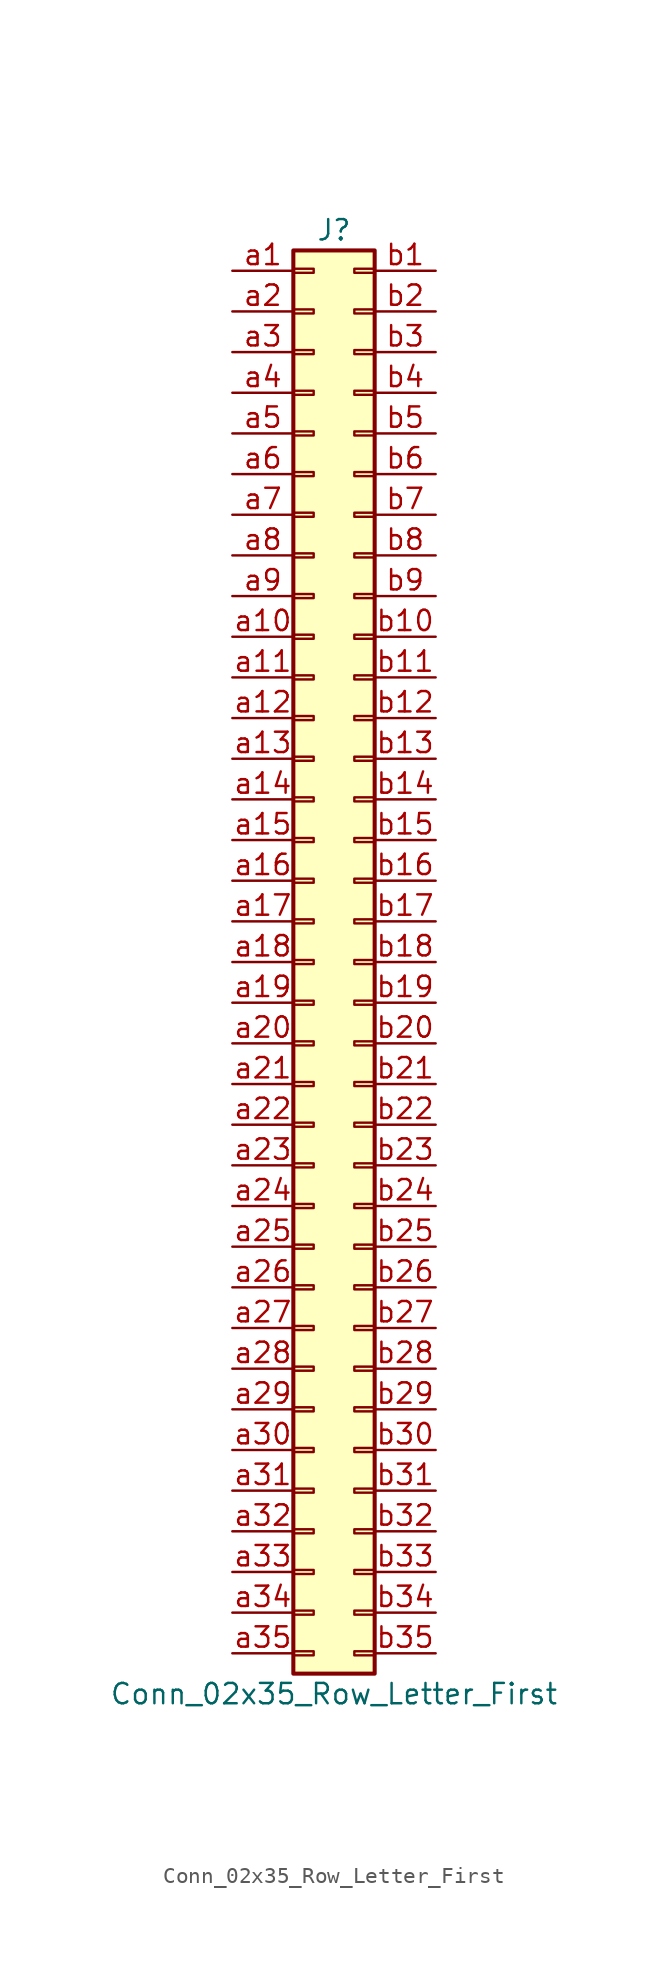
<source format=kicad_sym>
(kicad_symbol_lib
  (version 20201005)
  (generator kicad_symbol_editor)
  (symbol "Conn_02x35_Row_Letter_First"
    (pin_names
      (offset 1.016) hide)
    (property "Reference" "J"
      (at 1.27 45.72 0)
      (effects (font (size 1.27 1.27))))
    (property "Value" "Conn_02x35_Row_Letter_First"
      (at 1.27 -45.72 0)
      (effects (font (size 1.27 1.27))))
    (symbol "Conn_02x35_Row_Letter_First_1_1"
      (rectangle (start -1.27 -43.053) (end 0 -43.307) (stroke (width 0.152)) (fill (type none)))
      (rectangle (start -1.27 -40.513) (end 0 -40.767) (stroke (width 0.152)) (fill (type none)))
      (rectangle (start -1.27 -37.973) (end 0 -38.227) (stroke (width 0.152)) (fill (type none)))
      (rectangle (start -1.27 -35.433) (end 0 -35.687) (stroke (width 0.152)) (fill (type none)))
      (rectangle (start -1.27 -32.893) (end 0 -33.147) (stroke (width 0.152)) (fill (type none)))
      (rectangle (start -1.27 -30.353) (end 0 -30.607) (stroke (width 0.152)) (fill (type none)))
      (rectangle (start -1.27 -27.813) (end 0 -28.067) (stroke (width 0.152)) (fill (type none)))
      (rectangle (start -1.27 -25.273) (end 0 -25.527) (stroke (width 0.152)) (fill (type none)))
      (rectangle (start -1.27 -22.733) (end 0 -22.987) (stroke (width 0.152)) (fill (type none)))
      (rectangle (start -1.27 -20.193) (end 0 -20.447) (stroke (width 0.152)) (fill (type none)))
      (rectangle (start -1.27 -17.653) (end 0 -17.907) (stroke (width 0.152)) (fill (type none)))
      (rectangle (start -1.27 -15.113) (end 0 -15.367) (stroke (width 0.152)) (fill (type none)))
      (rectangle (start -1.27 -12.573) (end 0 -12.827) (stroke (width 0.152)) (fill (type none)))
      (rectangle (start -1.27 -10.033) (end 0 -10.287) (stroke (width 0.152)) (fill (type none)))
      (rectangle (start -1.27 -7.493) (end 0 -7.747) (stroke (width 0.152)) (fill (type none)))
      (rectangle (start -1.27 -4.953) (end 0 -5.207) (stroke (width 0.152)) (fill (type none)))
      (rectangle (start -1.27 -2.413) (end 0 -2.667) (stroke (width 0.152)) (fill (type none)))
      (rectangle (start -1.27 0.127) (end 0 -0.127) (stroke (width 0.152)) (fill (type none)))
      (rectangle (start -1.27 2.667) (end 0 2.413) (stroke (width 0.152)) (fill (type none)))
      (rectangle (start -1.27 5.207) (end 0 4.953) (stroke (width 0.152)) (fill (type none)))
      (rectangle (start -1.27 7.747) (end 0 7.493) (stroke (width 0.152)) (fill (type none)))
      (rectangle (start -1.27 10.287) (end 0 10.033) (stroke (width 0.152)) (fill (type none)))
      (rectangle (start -1.27 12.827) (end 0 12.573) (stroke (width 0.152)) (fill (type none)))
      (rectangle (start -1.27 15.367) (end 0 15.113) (stroke (width 0.152)) (fill (type none)))
      (rectangle (start -1.27 17.907) (end 0 17.653) (stroke (width 0.152)) (fill (type none)))
      (rectangle (start -1.27 20.447) (end 0 20.193) (stroke (width 0.152)) (fill (type none)))
      (rectangle (start -1.27 22.987) (end 0 22.733) (stroke (width 0.152)) (fill (type none)))
      (rectangle (start -1.27 25.527) (end 0 25.273) (stroke (width 0.152)) (fill (type none)))
      (rectangle (start -1.27 28.067) (end 0 27.813) (stroke (width 0.152)) (fill (type none)))
      (rectangle (start -1.27 30.607) (end 0 30.353) (stroke (width 0.152)) (fill (type none)))
      (rectangle (start -1.27 33.147) (end 0 32.893) (stroke (width 0.152)) (fill (type none)))
      (rectangle (start -1.27 35.687) (end 0 35.433) (stroke (width 0.152)) (fill (type none)))
      (rectangle (start -1.27 38.227) (end 0 37.973) (stroke (width 0.152)) (fill (type none)))
      (rectangle (start -1.27 40.767) (end 0 40.513) (stroke (width 0.152)) (fill (type none)))
      (rectangle (start -1.27 43.307) (end 0 43.053) (stroke (width 0.152)) (fill (type none)))
      (rectangle (start -1.27 44.45) (end 3.81 -44.45) (stroke (width 0.254)) (fill (type background)))
      (rectangle (start 3.81 -43.053) (end 2.54 -43.307) (stroke (width 0.152)) (fill (type none)))
      (rectangle (start 3.81 -40.513) (end 2.54 -40.767) (stroke (width 0.152)) (fill (type none)))
      (rectangle (start 3.81 -37.973) (end 2.54 -38.227) (stroke (width 0.152)) (fill (type none)))
      (rectangle (start 3.81 -35.433) (end 2.54 -35.687) (stroke (width 0.152)) (fill (type none)))
      (rectangle (start 3.81 -32.893) (end 2.54 -33.147) (stroke (width 0.152)) (fill (type none)))
      (rectangle (start 3.81 -30.353) (end 2.54 -30.607) (stroke (width 0.152)) (fill (type none)))
      (rectangle (start 3.81 -27.813) (end 2.54 -28.067) (stroke (width 0.152)) (fill (type none)))
      (rectangle (start 3.81 -25.273) (end 2.54 -25.527) (stroke (width 0.152)) (fill (type none)))
      (rectangle (start 3.81 -22.733) (end 2.54 -22.987) (stroke (width 0.152)) (fill (type none)))
      (rectangle (start 3.81 -20.193) (end 2.54 -20.447) (stroke (width 0.152)) (fill (type none)))
      (rectangle (start 3.81 -17.653) (end 2.54 -17.907) (stroke (width 0.152)) (fill (type none)))
      (rectangle (start 3.81 -15.113) (end 2.54 -15.367) (stroke (width 0.152)) (fill (type none)))
      (rectangle (start 3.81 -12.573) (end 2.54 -12.827) (stroke (width 0.152)) (fill (type none)))
      (rectangle (start 3.81 -10.033) (end 2.54 -10.287) (stroke (width 0.152)) (fill (type none)))
      (rectangle (start 3.81 -7.493) (end 2.54 -7.747) (stroke (width 0.152)) (fill (type none)))
      (rectangle (start 3.81 -4.953) (end 2.54 -5.207) (stroke (width 0.152)) (fill (type none)))
      (rectangle (start 3.81 -2.413) (end 2.54 -2.667) (stroke (width 0.152)) (fill (type none)))
      (rectangle (start 3.81 0.127) (end 2.54 -0.127) (stroke (width 0.152)) (fill (type none)))
      (rectangle (start 3.81 2.667) (end 2.54 2.413) (stroke (width 0.152)) (fill (type none)))
      (rectangle (start 3.81 5.207) (end 2.54 4.953) (stroke (width 0.152)) (fill (type none)))
      (rectangle (start 3.81 7.747) (end 2.54 7.493) (stroke (width 0.152)) (fill (type none)))
      (rectangle (start 3.81 10.287) (end 2.54 10.033) (stroke (width 0.152)) (fill (type none)))
      (rectangle (start 3.81 12.827) (end 2.54 12.573) (stroke (width 0.152)) (fill (type none)))
      (rectangle (start 3.81 15.367) (end 2.54 15.113) (stroke (width 0.152)) (fill (type none)))
      (rectangle (start 3.81 17.907) (end 2.54 17.653) (stroke (width 0.152)) (fill (type none)))
      (rectangle (start 3.81 20.447) (end 2.54 20.193) (stroke (width 0.152)) (fill (type none)))
      (rectangle (start 3.81 22.987) (end 2.54 22.733) (stroke (width 0.152)) (fill (type none)))
      (rectangle (start 3.81 25.527) (end 2.54 25.273) (stroke (width 0.152)) (fill (type none)))
      (rectangle (start 3.81 28.067) (end 2.54 27.813) (stroke (width 0.152)) (fill (type none)))
      (rectangle (start 3.81 30.607) (end 2.54 30.353) (stroke (width 0.152)) (fill (type none)))
      (rectangle (start 3.81 33.147) (end 2.54 32.893) (stroke (width 0.152)) (fill (type none)))
      (rectangle (start 3.81 35.687) (end 2.54 35.433) (stroke (width 0.152)) (fill (type none)))
      (rectangle (start 3.81 38.227) (end 2.54 37.973) (stroke (width 0.152)) (fill (type none)))
      (rectangle (start 3.81 40.767) (end 2.54 40.513) (stroke (width 0.152)) (fill (type none)))
      (rectangle (start 3.81 43.307) (end 2.54 43.053) (stroke (width 0.152)) (fill (type none)))
      (pin passive line (at -5.08 43.18 0) (length 3.81) (name "Pin_a1" (effects (font (size 1.27 1.27)))) (number "a1" (effects (font (size 1.27 1.27)))))
      (pin passive line (at -5.08 20.32 0) (length 3.81) (name "Pin_a10" (effects (font (size 1.27 1.27)))) (number "a10" (effects (font (size 1.27 1.27)))))
      (pin passive line (at -5.08 17.78 0) (length 3.81) (name "Pin_a11" (effects (font (size 1.27 1.27)))) (number "a11" (effects (font (size 1.27 1.27)))))
      (pin passive line (at -5.08 15.24 0) (length 3.81) (name "Pin_a12" (effects (font (size 1.27 1.27)))) (number "a12" (effects (font (size 1.27 1.27)))))
      (pin passive line (at -5.08 12.7 0) (length 3.81) (name "Pin_a13" (effects (font (size 1.27 1.27)))) (number "a13" (effects (font (size 1.27 1.27)))))
      (pin passive line (at -5.08 10.16 0) (length 3.81) (name "Pin_a14" (effects (font (size 1.27 1.27)))) (number "a14" (effects (font (size 1.27 1.27)))))
      (pin passive line (at -5.08 7.62 0) (length 3.81) (name "Pin_a15" (effects (font (size 1.27 1.27)))) (number "a15" (effects (font (size 1.27 1.27)))))
      (pin passive line (at -5.08 5.08 0) (length 3.81) (name "Pin_a16" (effects (font (size 1.27 1.27)))) (number "a16" (effects (font (size 1.27 1.27)))))
      (pin passive line (at -5.08 2.54 0) (length 3.81) (name "Pin_a17" (effects (font (size 1.27 1.27)))) (number "a17" (effects (font (size 1.27 1.27)))))
      (pin passive line (at -5.08 0 0) (length 3.81) (name "Pin_a18" (effects (font (size 1.27 1.27)))) (number "a18" (effects (font (size 1.27 1.27)))))
      (pin passive line (at -5.08 -2.54 0) (length 3.81) (name "Pin_a19" (effects (font (size 1.27 1.27)))) (number "a19" (effects (font (size 1.27 1.27)))))
      (pin passive line (at -5.08 40.64 0) (length 3.81) (name "Pin_a2" (effects (font (size 1.27 1.27)))) (number "a2" (effects (font (size 1.27 1.27)))))
      (pin passive line (at -5.08 -5.08 0) (length 3.81) (name "Pin_a20" (effects (font (size 1.27 1.27)))) (number "a20" (effects (font (size 1.27 1.27)))))
      (pin passive line (at -5.08 -7.62 0) (length 3.81) (name "Pin_a21" (effects (font (size 1.27 1.27)))) (number "a21" (effects (font (size 1.27 1.27)))))
      (pin passive line (at -5.08 -10.16 0) (length 3.81) (name "Pin_a22" (effects (font (size 1.27 1.27)))) (number "a22" (effects (font (size 1.27 1.27)))))
      (pin passive line (at -5.08 -12.7 0) (length 3.81) (name "Pin_a23" (effects (font (size 1.27 1.27)))) (number "a23" (effects (font (size 1.27 1.27)))))
      (pin passive line (at -5.08 -15.24 0) (length 3.81) (name "Pin_a24" (effects (font (size 1.27 1.27)))) (number "a24" (effects (font (size 1.27 1.27)))))
      (pin passive line (at -5.08 -17.78 0) (length 3.81) (name "Pin_a25" (effects (font (size 1.27 1.27)))) (number "a25" (effects (font (size 1.27 1.27)))))
      (pin passive line (at -5.08 -20.32 0) (length 3.81) (name "Pin_a26" (effects (font (size 1.27 1.27)))) (number "a26" (effects (font (size 1.27 1.27)))))
      (pin passive line (at -5.08 -22.86 0) (length 3.81) (name "Pin_a27" (effects (font (size 1.27 1.27)))) (number "a27" (effects (font (size 1.27 1.27)))))
      (pin passive line (at -5.08 -25.4 0) (length 3.81) (name "Pin_a28" (effects (font (size 1.27 1.27)))) (number "a28" (effects (font (size 1.27 1.27)))))
      (pin passive line (at -5.08 -27.94 0) (length 3.81) (name "Pin_a29" (effects (font (size 1.27 1.27)))) (number "a29" (effects (font (size 1.27 1.27)))))
      (pin passive line (at -5.08 38.1 0) (length 3.81) (name "Pin_a3" (effects (font (size 1.27 1.27)))) (number "a3" (effects (font (size 1.27 1.27)))))
      (pin passive line (at -5.08 -30.48 0) (length 3.81) (name "Pin_a30" (effects (font (size 1.27 1.27)))) (number "a30" (effects (font (size 1.27 1.27)))))
      (pin passive line (at -5.08 -33.02 0) (length 3.81) (name "Pin_a31" (effects (font (size 1.27 1.27)))) (number "a31" (effects (font (size 1.27 1.27)))))
      (pin passive line (at -5.08 -35.56 0) (length 3.81) (name "Pin_a32" (effects (font (size 1.27 1.27)))) (number "a32" (effects (font (size 1.27 1.27)))))
      (pin passive line (at -5.08 -38.1 0) (length 3.81) (name "Pin_a33" (effects (font (size 1.27 1.27)))) (number "a33" (effects (font (size 1.27 1.27)))))
      (pin passive line (at -5.08 -40.64 0) (length 3.81) (name "Pin_a34" (effects (font (size 1.27 1.27)))) (number "a34" (effects (font (size 1.27 1.27)))))
      (pin passive line (at -5.08 -43.18 0) (length 3.81) (name "Pin_a35" (effects (font (size 1.27 1.27)))) (number "a35" (effects (font (size 1.27 1.27)))))
      (pin passive line (at -5.08 35.56 0) (length 3.81) (name "Pin_a4" (effects (font (size 1.27 1.27)))) (number "a4" (effects (font (size 1.27 1.27)))))
      (pin passive line (at -5.08 33.02 0) (length 3.81) (name "Pin_a5" (effects (font (size 1.27 1.27)))) (number "a5" (effects (font (size 1.27 1.27)))))
      (pin passive line (at -5.08 30.48 0) (length 3.81) (name "Pin_a6" (effects (font (size 1.27 1.27)))) (number "a6" (effects (font (size 1.27 1.27)))))
      (pin passive line (at -5.08 27.94 0) (length 3.81) (name "Pin_a7" (effects (font (size 1.27 1.27)))) (number "a7" (effects (font (size 1.27 1.27)))))
      (pin passive line (at -5.08 25.4 0) (length 3.81) (name "Pin_a8" (effects (font (size 1.27 1.27)))) (number "a8" (effects (font (size 1.27 1.27)))))
      (pin passive line (at -5.08 22.86 0) (length 3.81) (name "Pin_a9" (effects (font (size 1.27 1.27)))) (number "a9" (effects (font (size 1.27 1.27)))))
      (pin passive line (at 7.62 43.18 180) (length 3.81) (name "Pin_b1" (effects (font (size 1.27 1.27)))) (number "b1" (effects (font (size 1.27 1.27)))))
      (pin passive line (at 7.62 20.32 180) (length 3.81) (name "Pin_b10" (effects (font (size 1.27 1.27)))) (number "b10" (effects (font (size 1.27 1.27)))))
      (pin passive line (at 7.62 17.78 180) (length 3.81) (name "Pin_b11" (effects (font (size 1.27 1.27)))) (number "b11" (effects (font (size 1.27 1.27)))))
      (pin passive line (at 7.62 15.24 180) (length 3.81) (name "Pin_b12" (effects (font (size 1.27 1.27)))) (number "b12" (effects (font (size 1.27 1.27)))))
      (pin passive line (at 7.62 12.7 180) (length 3.81) (name "Pin_b13" (effects (font (size 1.27 1.27)))) (number "b13" (effects (font (size 1.27 1.27)))))
      (pin passive line (at 7.62 10.16 180) (length 3.81) (name "Pin_b14" (effects (font (size 1.27 1.27)))) (number "b14" (effects (font (size 1.27 1.27)))))
      (pin passive line (at 7.62 7.62 180) (length 3.81) (name "Pin_b15" (effects (font (size 1.27 1.27)))) (number "b15" (effects (font (size 1.27 1.27)))))
      (pin passive line (at 7.62 5.08 180) (length 3.81) (name "Pin_b16" (effects (font (size 1.27 1.27)))) (number "b16" (effects (font (size 1.27 1.27)))))
      (pin passive line (at 7.62 2.54 180) (length 3.81) (name "Pin_b17" (effects (font (size 1.27 1.27)))) (number "b17" (effects (font (size 1.27 1.27)))))
      (pin passive line (at 7.62 0 180) (length 3.81) (name "Pin_b18" (effects (font (size 1.27 1.27)))) (number "b18" (effects (font (size 1.27 1.27)))))
      (pin passive line (at 7.62 -2.54 180) (length 3.81) (name "Pin_b19" (effects (font (size 1.27 1.27)))) (number "b19" (effects (font (size 1.27 1.27)))))
      (pin passive line (at 7.62 40.64 180) (length 3.81) (name "Pin_b2" (effects (font (size 1.27 1.27)))) (number "b2" (effects (font (size 1.27 1.27)))))
      (pin passive line (at 7.62 -5.08 180) (length 3.81) (name "Pin_b20" (effects (font (size 1.27 1.27)))) (number "b20" (effects (font (size 1.27 1.27)))))
      (pin passive line (at 7.62 -7.62 180) (length 3.81) (name "Pin_b21" (effects (font (size 1.27 1.27)))) (number "b21" (effects (font (size 1.27 1.27)))))
      (pin passive line (at 7.62 -10.16 180) (length 3.81) (name "Pin_b22" (effects (font (size 1.27 1.27)))) (number "b22" (effects (font (size 1.27 1.27)))))
      (pin passive line (at 7.62 -12.7 180) (length 3.81) (name "Pin_b23" (effects (font (size 1.27 1.27)))) (number "b23" (effects (font (size 1.27 1.27)))))
      (pin passive line (at 7.62 -15.24 180) (length 3.81) (name "Pin_b24" (effects (font (size 1.27 1.27)))) (number "b24" (effects (font (size 1.27 1.27)))))
      (pin passive line (at 7.62 -17.78 180) (length 3.81) (name "Pin_b25" (effects (font (size 1.27 1.27)))) (number "b25" (effects (font (size 1.27 1.27)))))
      (pin passive line (at 7.62 -20.32 180) (length 3.81) (name "Pin_b26" (effects (font (size 1.27 1.27)))) (number "b26" (effects (font (size 1.27 1.27)))))
      (pin passive line (at 7.62 -22.86 180) (length 3.81) (name "Pin_b27" (effects (font (size 1.27 1.27)))) (number "b27" (effects (font (size 1.27 1.27)))))
      (pin passive line (at 7.62 -25.4 180) (length 3.81) (name "Pin_b28" (effects (font (size 1.27 1.27)))) (number "b28" (effects (font (size 1.27 1.27)))))
      (pin passive line (at 7.62 -27.94 180) (length 3.81) (name "Pin_b29" (effects (font (size 1.27 1.27)))) (number "b29" (effects (font (size 1.27 1.27)))))
      (pin passive line (at 7.62 38.1 180) (length 3.81) (name "Pin_b3" (effects (font (size 1.27 1.27)))) (number "b3" (effects (font (size 1.27 1.27)))))
      (pin passive line (at 7.62 -30.48 180) (length 3.81) (name "Pin_b30" (effects (font (size 1.27 1.27)))) (number "b30" (effects (font (size 1.27 1.27)))))
      (pin passive line (at 7.62 -33.02 180) (length 3.81) (name "Pin_b31" (effects (font (size 1.27 1.27)))) (number "b31" (effects (font (size 1.27 1.27)))))
      (pin passive line (at 7.62 -35.56 180) (length 3.81) (name "Pin_b32" (effects (font (size 1.27 1.27)))) (number "b32" (effects (font (size 1.27 1.27)))))
      (pin passive line (at 7.62 -38.1 180) (length 3.81) (name "Pin_b33" (effects (font (size 1.27 1.27)))) (number "b33" (effects (font (size 1.27 1.27)))))
      (pin passive line (at 7.62 -40.64 180) (length 3.81) (name "Pin_b34" (effects (font (size 1.27 1.27)))) (number "b34" (effects (font (size 1.27 1.27)))))
      (pin passive line (at 7.62 -43.18 180) (length 3.81) (name "Pin_b35" (effects (font (size 1.27 1.27)))) (number "b35" (effects (font (size 1.27 1.27)))))
      (pin passive line (at 7.62 35.56 180) (length 3.81) (name "Pin_b4" (effects (font (size 1.27 1.27)))) (number "b4" (effects (font (size 1.27 1.27)))))
      (pin passive line (at 7.62 33.02 180) (length 3.81) (name "Pin_b5" (effects (font (size 1.27 1.27)))) (number "b5" (effects (font (size 1.27 1.27)))))
      (pin passive line (at 7.62 30.48 180) (length 3.81) (name "Pin_b6" (effects (font (size 1.27 1.27)))) (number "b6" (effects (font (size 1.27 1.27)))))
      (pin passive line (at 7.62 27.94 180) (length 3.81) (name "Pin_b7" (effects (font (size 1.27 1.27)))) (number "b7" (effects (font (size 1.27 1.27)))))
      (pin passive line (at 7.62 25.4 180) (length 3.81) (name "Pin_b8" (effects (font (size 1.27 1.27)))) (number "b8" (effects (font (size 1.27 1.27)))))
      (pin passive line (at 7.62 22.86 180) (length 3.81) (name "Pin_b9" (effects (font (size 1.27 1.27)))) (number "b9" (effects (font (size 1.27 1.27))))))))
</source>
